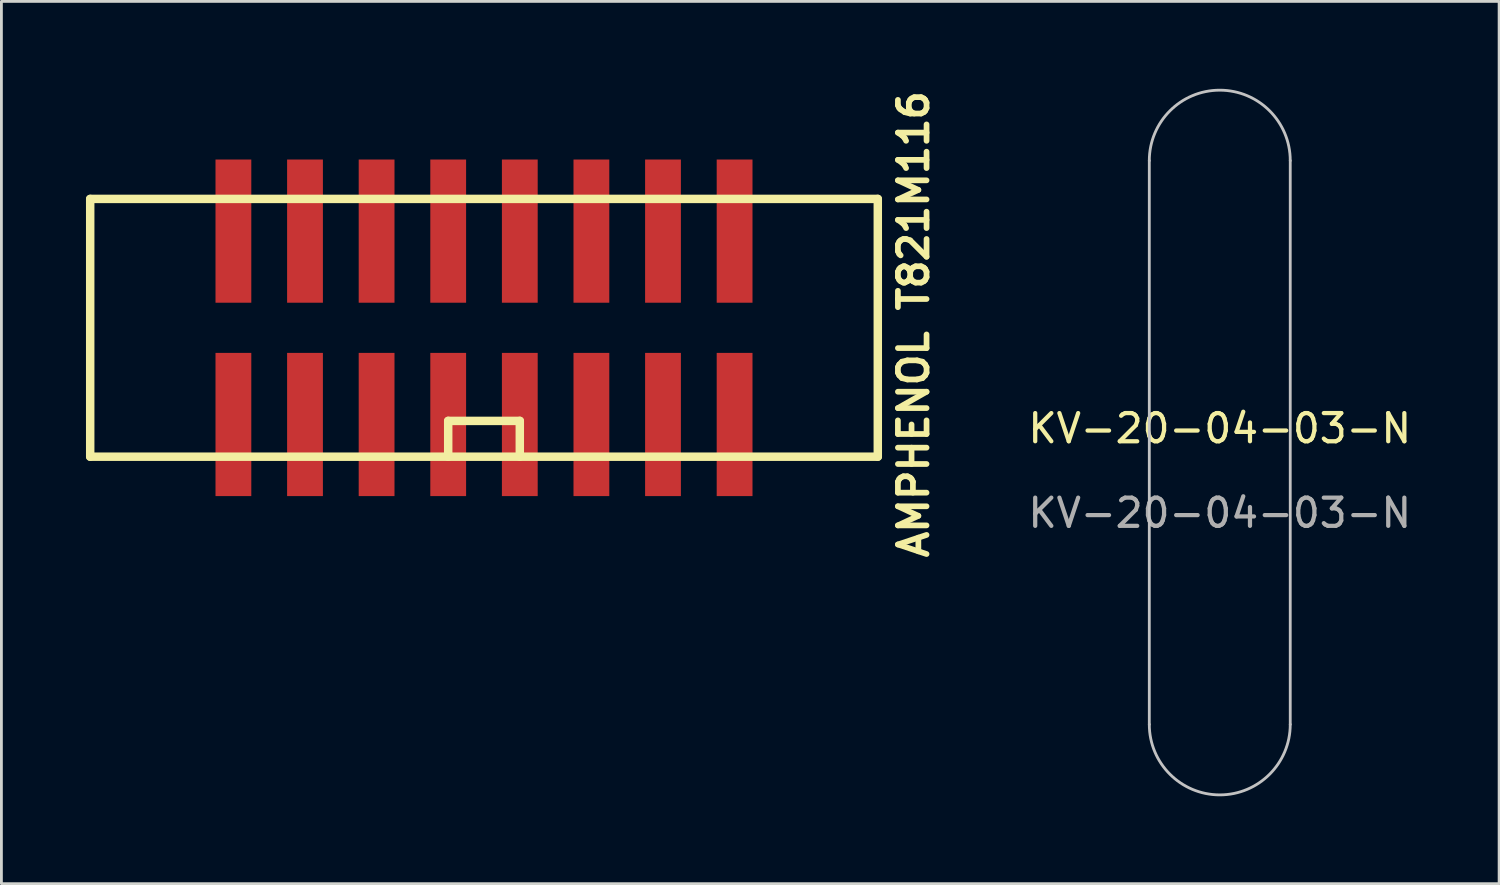
<source format=kicad_pcb>
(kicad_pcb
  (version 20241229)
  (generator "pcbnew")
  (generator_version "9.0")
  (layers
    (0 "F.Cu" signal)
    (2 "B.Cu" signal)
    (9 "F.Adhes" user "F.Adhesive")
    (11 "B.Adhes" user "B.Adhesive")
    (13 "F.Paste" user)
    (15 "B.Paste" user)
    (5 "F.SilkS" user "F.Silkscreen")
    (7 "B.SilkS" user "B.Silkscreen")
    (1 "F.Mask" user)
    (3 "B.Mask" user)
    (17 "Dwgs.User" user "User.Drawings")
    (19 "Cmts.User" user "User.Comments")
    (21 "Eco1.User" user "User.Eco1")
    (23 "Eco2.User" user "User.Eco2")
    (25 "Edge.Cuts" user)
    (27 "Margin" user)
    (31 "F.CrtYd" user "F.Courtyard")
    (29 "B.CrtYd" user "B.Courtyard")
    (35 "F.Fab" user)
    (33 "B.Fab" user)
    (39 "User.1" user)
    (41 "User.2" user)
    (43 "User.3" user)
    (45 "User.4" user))
  (footprint "AMPHENOL T821M116"
    (layer "F.Cu")
    (at 14.12 8.579)
    (property "Reference" "AMPHENOL T821M116" (at 15.24 -0.127 90) (layer "F.SilkS") (effects (font (size 1.016 1.016) (thickness 0.203))))
    (attr smd)
    (fp_line (start -13.97 -4.572) (end -13.97 4.572) (stroke (width 0.3) (type solid)) (layer "F.SilkS"))
    (fp_line (start -13.97 -4.572) (end 13.97 -4.572) (stroke (width 0.3) (type solid)) (layer "F.SilkS"))
    (fp_line (start -1.27 3.302) (end -1.27 4.572) (stroke (width 0.3) (type solid)) (layer "F.SilkS"))
    (fp_line (start 1.27 3.302) (end -1.27 3.302) (stroke (width 0.3) (type solid)) (layer "F.SilkS"))
    (fp_line (start 1.27 4.572) (end 1.27 3.302) (stroke (width 0.3) (type solid)) (layer "F.SilkS"))
    (fp_line (start 13.97 -4.572) (end 13.97 4.572) (stroke (width 0.3) (type solid)) (layer "F.SilkS"))
    (fp_line (start 13.97 4.572) (end -13.97 4.572) (stroke (width 0.3) (type solid)) (layer "F.SilkS"))
    (pad "1" smd rect (at -8.89 3.43) (size 1.27 5.08) (layers "F.Cu" "F.Mask" "F.Paste"))
    (pad "2" smd rect (at -8.89 -3.43) (size 1.27 5.08) (layers "F.Cu" "F.Mask" "F.Paste"))
    (pad "3" smd rect (at -6.35 3.43) (size 1.27 5.08) (layers "F.Cu" "F.Mask" "F.Paste"))
    (pad "4" smd rect (at -6.35 -3.43) (size 1.27 5.08) (layers "F.Cu" "F.Mask" "F.Paste"))
    (pad "5" smd rect (at -3.81 3.43) (size 1.27 5.08) (layers "F.Cu" "F.Mask" "F.Paste"))
    (pad "6" smd rect (at -3.81 -3.43) (size 1.27 5.08) (layers "F.Cu" "F.Mask" "F.Paste"))
    (pad "7" smd rect (at -1.27 3.43) (size 1.27 5.08) (layers "F.Cu" "F.Mask" "F.Paste"))
    (pad "8" smd rect (at -1.27 -3.43) (size 1.27 5.08) (layers "F.Cu" "F.Mask" "F.Paste"))
    (pad "9" smd rect (at 1.27 3.43) (size 1.27 5.08) (layers "F.Cu" "F.Mask" "F.Paste"))
    (pad "10" smd rect (at 1.27 -3.43) (size 1.27 5.08) (layers "F.Cu" "F.Mask" "F.Paste"))
    (pad "11" smd rect (at 3.81 3.43) (size 1.27 5.08) (layers "F.Cu" "F.Mask" "F.Paste"))
    (pad "12" smd rect (at 3.81 -3.43) (size 1.27 5.08) (layers "F.Cu" "F.Mask" "F.Paste"))
    (pad "13" smd rect (at 6.35 3.43) (size 1.27 5.08) (layers "F.Cu" "F.Mask" "F.Paste"))
    (pad "14" smd rect (at 6.35 -3.43) (size 1.27 5.08) (layers "F.Cu" "F.Mask" "F.Paste"))
    (pad "15" smd rect (at 8.89 3.43) (size 1.27 5.08) (layers "F.Cu" "F.Mask" "F.Paste"))
    (pad "16" smd rect (at 8.89 -3.43) (size 1.27 5.08) (layers "F.Cu" "F.Mask" "F.Paste")))
  (footprint "KV-20-04-03-N"
    (layer "F.Cu")
    (at 40.222 12.649)
    (property "Reference" "KV-20-04-03-N" (at 0 -0.5 0) (unlocked yes) (layer "F.SilkS") (effects (font (size 1 1) (thickness 0.15))))
    (attr smd)
    (fp_line (start -2.5 10) (end -2.5 -10) (stroke (width 0.1) (type solid)) (layer "Dwgs.User"))
    (fp_line (start 2.5 -10) (end 2.5 10) (stroke (width 0.1) (type solid)) (layer "Dwgs.User"))
    (fp_arc (start -2.5 -10) (mid 0 -12.5) (end 2.5 -10) (stroke (width 0.1) (type solid)) (layer "Dwgs.User"))
    (fp_arc (start 2.5 10) (mid 0 12.5) (end -2.5 10) (stroke (width 0.1) (type solid)) (layer "Dwgs.User"))
    (fp_line (start -2.25 10) (end -2.25 -10) (stroke (width 0.1) (type solid)) (layer "Eco2.User"))
    (fp_line (start 2.25 -10) (end 2.25 10) (stroke (width 0.1) (type solid)) (layer "Eco2.User"))
    (fp_arc (start -2.25 -10) (mid 0 -12.25) (end 2.25 -10) (stroke (width 0.1) (type solid)) (layer "Eco2.User"))
    (fp_arc (start 2.25 10) (mid 0 12.25) (end -2.25 10) (stroke (width 0.1) (type solid)) (layer "Eco2.User"))
    (fp_text user "${REFERENCE}" (at 0 2.5 0) (unlocked yes) (layer "F.Fab") (effects (font (size 1 1) (thickness 0.15))))
    (zone (net_name "") (layer "F.Cu") (hatch edge 0.508) (connect_pads) (min_thickness 0.254) (filled_areas_thickness no) (keepout (tracks not_allowed) (vias not_allowed) (pads not_allowed) (copperpour not_allowed) (footprints not_allowed)) (placement (enabled no)) (fill) (polygon (pts (xy 42.762 1.727) (xy 42.762 23.622) (xy 41.949 24.74) (xy 40.831 25.298) (xy 39.663 25.298) (xy 38.393 24.689) (xy 37.682 23.571) (xy 37.682 1.727) (xy 38.24 0.66) (xy 39.409 0) (xy 41.085 0) (xy 42.101 0.711)))))
  (gr_rect
    (start -3 -3)
    (end 50.132 28.298)
    (stroke (width 0.1) (type default))
    (fill no)
    (layer "Edge.Cuts")))
</source>
